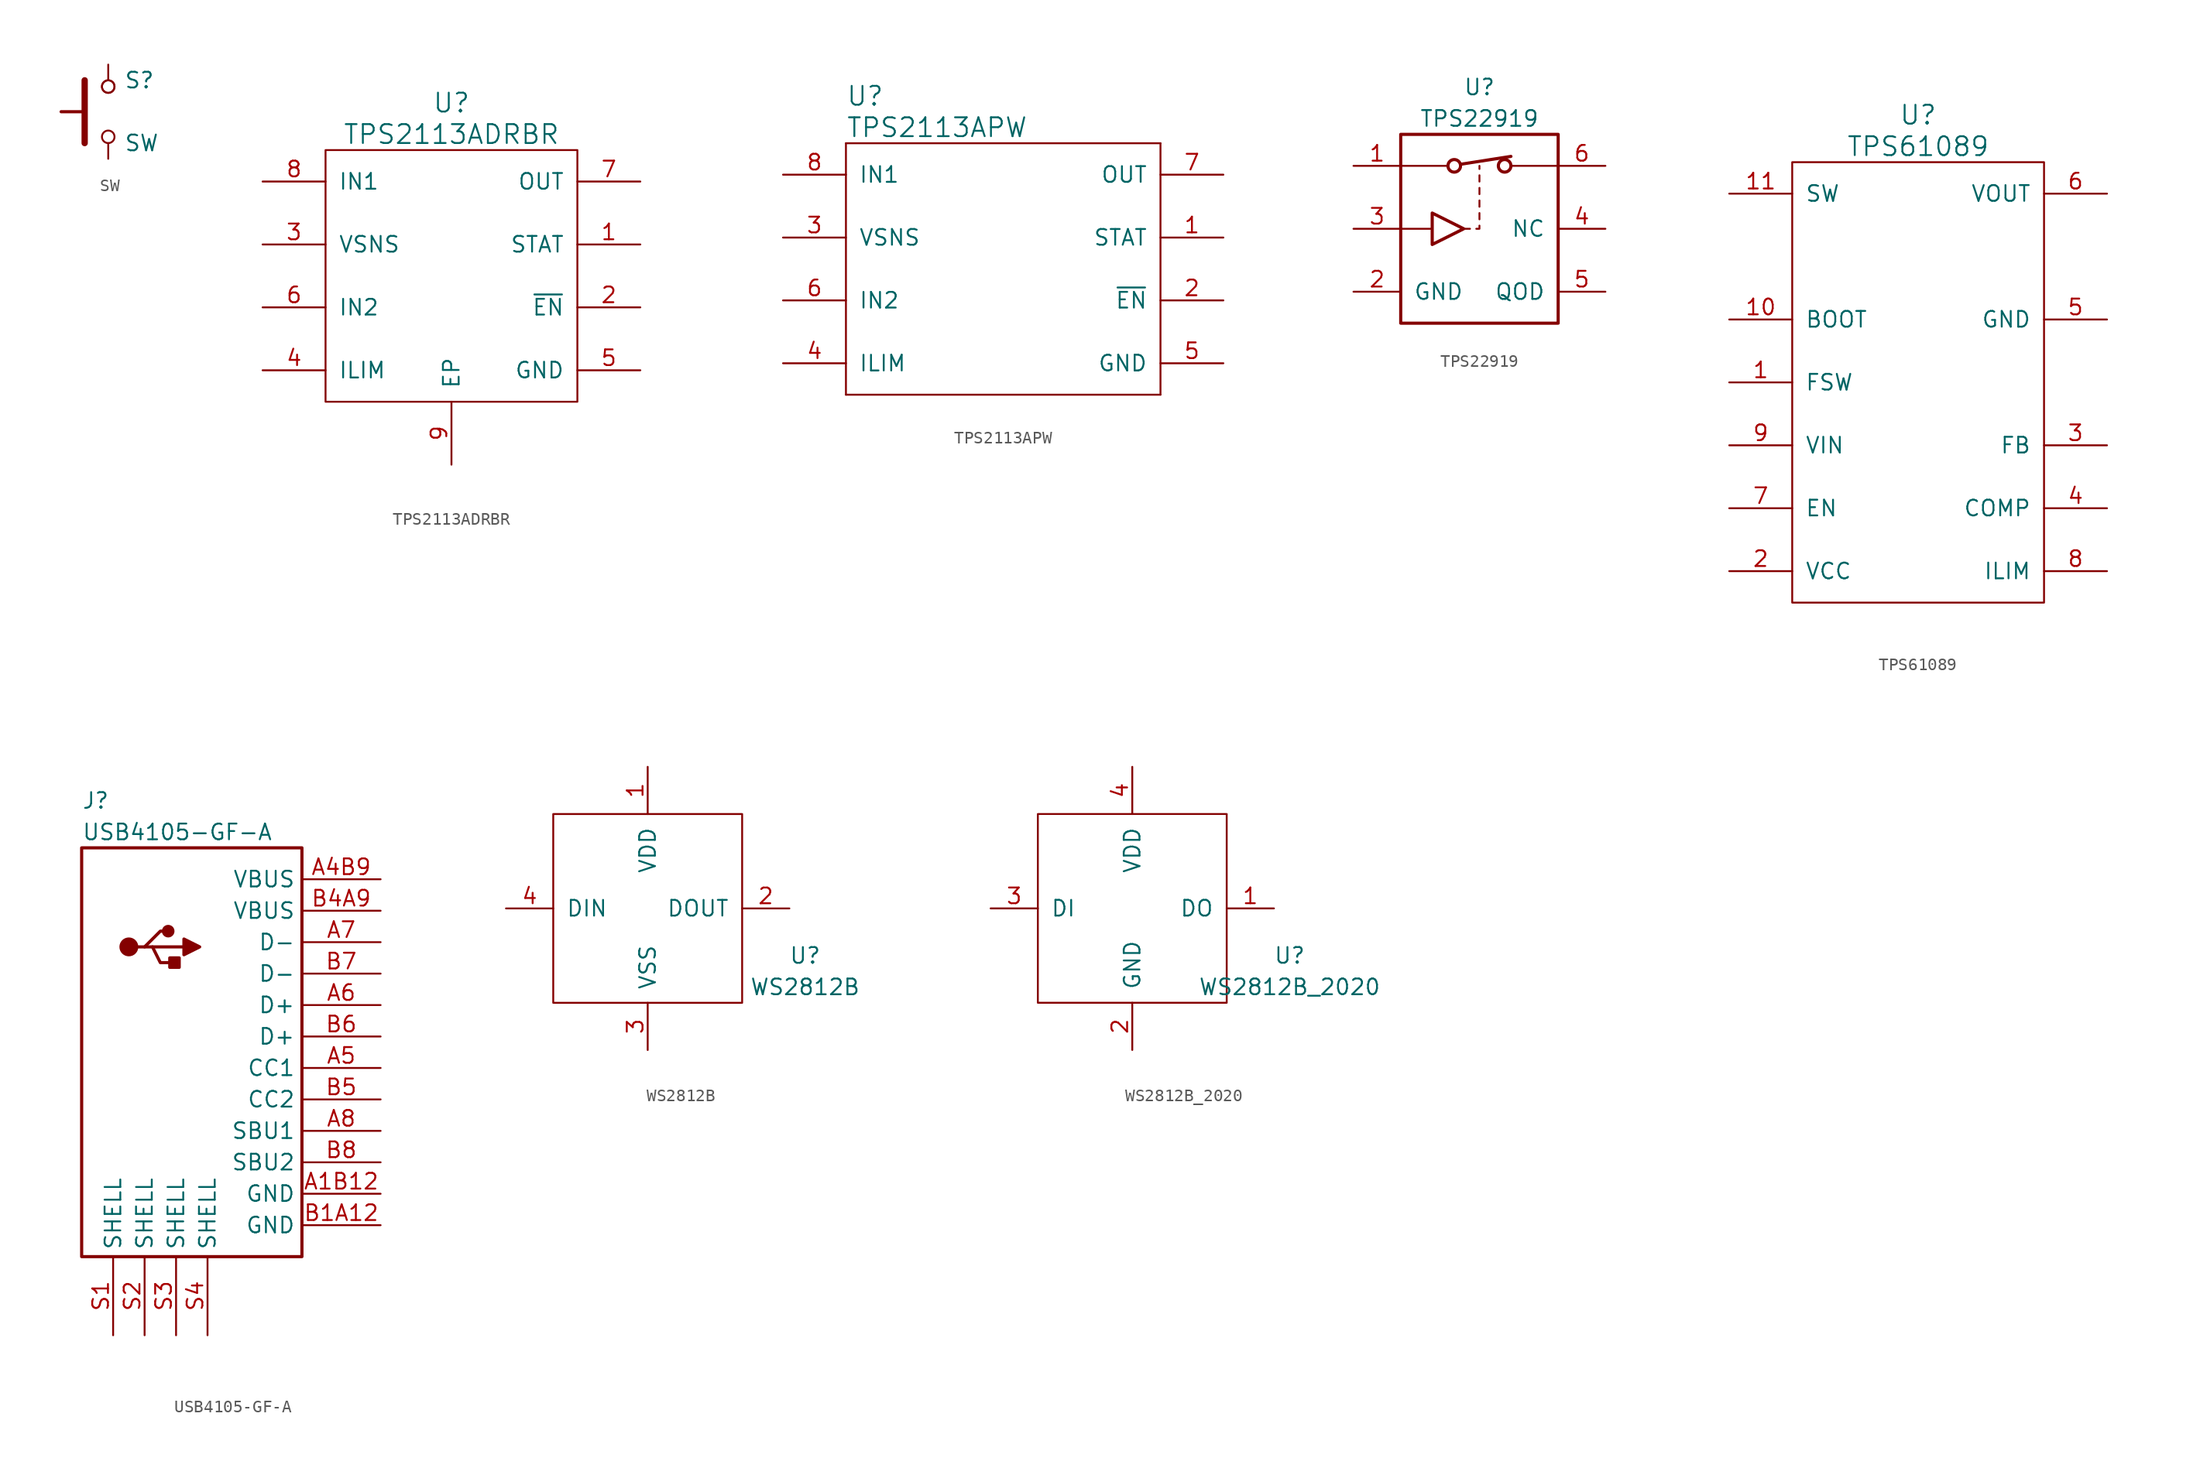
<source format=kicad_sym>
(kicad_symbol_lib
  (version 20211014)
  (generator kicad_symbol_editor)
  (symbol "SW"
    (pin_numbers hide)
    (pin_names
      (offset 1.016) hide)
    (property "Reference" "S"
      (at 1.27 2.54 0)
      (effects (font (size 1.27 1.27)) (justify left)))
    (property "Value" "SW"
      (at 1.27 -2.54 0)
      (effects (font (size 1.27 1.27)) (justify left)))
    (symbol "SW_0_1"
      (circle (center 0 -2.032) (radius 0.508) (stroke (width 0) (type default) (color 0 0 0 0)) (fill (type none)))
      (polyline (pts (xy -1.905 -2.54) (xy -1.905 2.54)) (stroke (width 0.508) (type default) (color 0 0 0 0)) (fill (type none)))
      (polyline (pts (xy -1.905 0) (xy -3.81 0)) (stroke (width 0.254) (type default) (color 0 0 0 0)) (fill (type none)))
      (circle (center 0 2.032) (radius 0.508) (stroke (width 0) (type default) (color 0 0 0 0)) (fill (type none)))
      (circle (center 0 2.032) (radius 0.508) (stroke (width 0) (type default) (color 0 0 0 0)) (fill (type none))))
    (symbol "SW_1_1"
      (pin input line (at 0 -3.81 90) (length 1.27) (name "1" (effects (font (size 1.27 1.27)))) (number "1" (effects (font (size 1.27 1.27)))))
      (pin input line (at 0 3.81 270) (length 1.27) (name "2" (effects (font (size 1.27 1.27)))) (number "2" (effects (font (size 1.27 1.27)))))))
  (symbol "TPS2113ADRBR"
    (pin_names
      (offset 1.016))
    (property "Reference" "U"
      (at 0 13.97 0)
      (effects (font (size 1.524 1.524))))
    (property "Value" "TPS2113ADRBR"
      (at 0 11.43 0)
      (effects (font (size 1.524 1.524))))
    (symbol "TPS2113ADRBR_0_1"
      (rectangle (start -10.16 10.16) (end 10.16 -10.16) (stroke (width 0) (type default) (color 0 0 0 0)) (fill (type none))))
    (symbol "TPS2113ADRBR_1_1"
      (pin input line (at 15.24 2.54 180) (length 5.08) (name "STAT" (effects (font (size 1.27 1.27)))) (number "1" (effects (font (size 1.27 1.27)))))
      (pin input line (at 15.24 -2.54 180) (length 5.08) (name "~{EN}" (effects (font (size 1.27 1.27)))) (number "2" (effects (font (size 1.27 1.27)))))
      (pin input line (at -15.24 2.54 0) (length 5.08) (name "VSNS" (effects (font (size 1.27 1.27)))) (number "3" (effects (font (size 1.27 1.27)))))
      (pin input line (at -15.24 -7.62 0) (length 5.08) (name "ILIM" (effects (font (size 1.27 1.27)))) (number "4" (effects (font (size 1.27 1.27)))))
      (pin input line (at 15.24 -7.62 180) (length 5.08) (name "GND" (effects (font (size 1.27 1.27)))) (number "5" (effects (font (size 1.27 1.27)))))
      (pin input line (at -15.24 -2.54 0) (length 5.08) (name "IN2" (effects (font (size 1.27 1.27)))) (number "6" (effects (font (size 1.27 1.27)))))
      (pin input line (at 15.24 7.62 180) (length 5.08) (name "OUT" (effects (font (size 1.27 1.27)))) (number "7" (effects (font (size 1.27 1.27)))))
      (pin input line (at -15.24 7.62 0) (length 5.08) (name "IN1" (effects (font (size 1.27 1.27)))) (number "8" (effects (font (size 1.27 1.27)))))
      (pin input line (at 0 -15.24 90) (length 5.08) (name "EP" (effects (font (size 1.27 1.27)))) (number "9" (effects (font (size 1.27 1.27)))))))
  (symbol "TPS2113APW"
    (pin_names
      (offset 1.016))
    (property "Reference" "U"
      (at -12.7 13.97 0)
      (effects (font (size 1.524 1.524)) (justify left)))
    (property "Value" "TPS2113APW"
      (at -12.7 11.43 0)
      (effects (font (size 1.524 1.524)) (justify left)))
    (symbol "TPS2113APW_0_1"
      (polyline (pts (xy -12.7 -10.16) (xy 12.7 -10.16)) (stroke (width 0) (type default) (color 0 0 0 0)) (fill (type none)))
      (polyline (pts (xy -12.7 10.16) (xy -12.7 -10.16)) (stroke (width 0) (type default) (color 0 0 0 0)) (fill (type none)))
      (polyline (pts (xy 12.7 -10.16) (xy 12.7 10.16)) (stroke (width 0) (type default) (color 0 0 0 0)) (fill (type none)))
      (polyline (pts (xy 12.7 10.16) (xy -12.7 10.16)) (stroke (width 0) (type default) (color 0 0 0 0)) (fill (type none))))
    (symbol "TPS2113APW_1_1"
      (pin passive line (at 17.78 2.54 180) (length 5.08) (name "STAT" (effects (font (size 1.27 1.27)))) (number "1" (effects (font (size 1.27 1.27)))))
      (pin passive line (at 17.78 -2.54 180) (length 5.08) (name "~{EN}" (effects (font (size 1.27 1.27)))) (number "2" (effects (font (size 1.27 1.27)))))
      (pin passive line (at -17.78 2.54 0) (length 5.08) (name "VSNS" (effects (font (size 1.27 1.27)))) (number "3" (effects (font (size 1.27 1.27)))))
      (pin passive line (at -17.78 -7.62 0) (length 5.08) (name "ILIM" (effects (font (size 1.27 1.27)))) (number "4" (effects (font (size 1.27 1.27)))))
      (pin passive line (at 17.78 -7.62 180) (length 5.08) (name "GND" (effects (font (size 1.27 1.27)))) (number "5" (effects (font (size 1.27 1.27)))))
      (pin passive line (at -17.78 -2.54 0) (length 5.08) (name "IN2" (effects (font (size 1.27 1.27)))) (number "6" (effects (font (size 1.27 1.27)))))
      (pin passive line (at 17.78 7.62 180) (length 5.08) (name "OUT" (effects (font (size 1.27 1.27)))) (number "7" (effects (font (size 1.27 1.27)))))
      (pin passive line (at -17.78 7.62 0) (length 5.08) (name "IN1" (effects (font (size 1.27 1.27)))) (number "8" (effects (font (size 1.27 1.27)))))))
  (symbol "TPS22919"
    (pin_names
      (offset 1.016))
    (property "Reference" "U"
      (at 0 11.43 0)
      (effects (font (size 1.27 1.27))))
    (property "Value" "TPS22919"
      (at 0 8.89 0)
      (effects (font (size 1.27 1.27))))
    (symbol "TPS22919_0_1"
      (rectangle (start -6.35 7.62) (end 6.35 -7.62) (stroke (width 0.254) (type default) (color 0 0 0 0)) (fill (type none)))
      (circle (center -2.032 5.08) (radius 0.508) (stroke (width 0.254) (type default) (color 0 0 0 0)) (fill (type none)))
      (polyline (pts (xy -6.35 0) (xy -3.81 0)) (stroke (width 0) (type default) (color 0 0 0 0)) (fill (type none)))
      (polyline (pts (xy -6.35 5.08) (xy -2.54 5.08)) (stroke (width 0) (type default) (color 0 0 0 0)) (fill (type none)))
      (polyline (pts (xy -1.524 5.207) (xy 2.54 5.842)) (stroke (width 0.254) (type default) (color 0 0 0 0)) (fill (type none)))
      (polyline (pts (xy -1.27 0) (xy -0.762 0)) (stroke (width 0) (type default) (color 0 0 0 0)) (fill (type none)))
      (polyline (pts (xy 0 0.762) (xy 0 1.27)) (stroke (width 0) (type default) (color 0 0 0 0)) (fill (type none)))
      (polyline (pts (xy 0 1.778) (xy 0 2.286)) (stroke (width 0) (type default) (color 0 0 0 0)) (fill (type none)))
      (polyline (pts (xy 0 2.794) (xy 0 3.302)) (stroke (width 0) (type default) (color 0 0 0 0)) (fill (type none)))
      (polyline (pts (xy 0 3.81) (xy 0 4.318)) (stroke (width 0) (type default) (color 0 0 0 0)) (fill (type none)))
      (polyline (pts (xy 0 4.826) (xy 0 5.08)) (stroke (width 0) (type default) (color 0 0 0 0)) (fill (type none)))
      (polyline (pts (xy 2.54 5.08) (xy 6.35 5.08)) (stroke (width 0) (type default) (color 0 0 0 0)) (fill (type none)))
      (polyline (pts (xy -0.254 0) (xy 0 0) (xy 0 0.254)) (stroke (width 0) (type default) (color 0 0 0 0)) (fill (type none)))
      (polyline (pts (xy -3.81 0) (xy -3.81 1.27) (xy -1.27 0) (xy -3.81 -1.27) (xy -3.81 0)) (stroke (width 0.254) (type default) (color 0 0 0 0)) (fill (type none)))
      (circle (center 2.032 5.08) (radius 0.508) (stroke (width 0.254) (type default) (color 0 0 0 0)) (fill (type none))))
    (symbol "TPS22919_1_1"
      (pin passive line (at -10.16 5.08 0) (length 3.81) (name "~" (effects (font (size 1.27 1.27)))) (number "1" (effects (font (size 1.27 1.27)))))
      (pin power_in line (at -10.16 -5.08 0) (length 3.81) (name "GND" (effects (font (size 1.27 1.27)))) (number "2" (effects (font (size 1.27 1.27)))))
      (pin input line (at -10.16 0 0) (length 3.81) (name "~" (effects (font (size 1.27 1.27)))) (number "3" (effects (font (size 1.27 1.27)))))
      (pin input line (at 10.16 0 180) (length 3.81) (name "NC" (effects (font (size 1.27 1.27)))) (number "4" (effects (font (size 1.27 1.27)))))
      (pin input line (at 10.16 -5.08 180) (length 3.81) (name "QOD" (effects (font (size 1.27 1.27)))) (number "5" (effects (font (size 1.27 1.27)))))
      (pin passive line (at 10.16 5.08 180) (length 3.81) (name "~" (effects (font (size 1.27 1.27)))) (number "6" (effects (font (size 1.27 1.27)))))))
  (symbol "TPS61089"
    (pin_names
      (offset 1.016))
    (property "Reference" "U"
      (at 0 21.59 0)
      (effects (font (size 1.524 1.524))))
    (property "Value" "TPS61089"
      (at 0 19.05 0)
      (effects (font (size 1.524 1.524))))
    (symbol "TPS61089_0_1"
      (rectangle (start -10.16 17.78) (end 10.16 -17.78) (stroke (width 0) (type default) (color 0 0 0 0)) (fill (type none))))
    (symbol "TPS61089_1_1"
      (pin input line (at -15.24 0 0) (length 5.08) (name "FSW" (effects (font (size 1.27 1.27)))) (number "1" (effects (font (size 1.27 1.27)))))
      (pin input line (at -15.24 5.08 0) (length 5.08) (name "BOOT" (effects (font (size 1.27 1.27)))) (number "10" (effects (font (size 1.27 1.27)))))
      (pin input line (at -15.24 15.24 0) (length 5.08) (name "SW" (effects (font (size 1.27 1.27)))) (number "11" (effects (font (size 1.27 1.27)))))
      (pin input line (at -15.24 -15.24 0) (length 5.08) (name "VCC" (effects (font (size 1.27 1.27)))) (number "2" (effects (font (size 1.27 1.27)))))
      (pin input line (at 15.24 -5.08 180) (length 5.08) (name "FB" (effects (font (size 1.27 1.27)))) (number "3" (effects (font (size 1.27 1.27)))))
      (pin input line (at 15.24 -10.16 180) (length 5.08) (name "COMP" (effects (font (size 1.27 1.27)))) (number "4" (effects (font (size 1.27 1.27)))))
      (pin input line (at 15.24 5.08 180) (length 5.08) (name "GND" (effects (font (size 1.27 1.27)))) (number "5" (effects (font (size 1.27 1.27)))))
      (pin input line (at 15.24 15.24 180) (length 5.08) (name "VOUT" (effects (font (size 1.27 1.27)))) (number "6" (effects (font (size 1.27 1.27)))))
      (pin input line (at -15.24 -10.16 0) (length 5.08) (name "EN" (effects (font (size 1.27 1.27)))) (number "7" (effects (font (size 1.27 1.27)))))
      (pin input line (at 15.24 -15.24 180) (length 5.08) (name "ILIM" (effects (font (size 1.27 1.27)))) (number "8" (effects (font (size 1.27 1.27)))))
      (pin input line (at -15.24 -5.08 0) (length 5.08) (name "VIN" (effects (font (size 1.27 1.27)))) (number "9" (effects (font (size 1.27 1.27)))))))
  (symbol "USB4105-GF-A"
    (property "Reference" "J"
      (at -8.89 20.32 0)
      (effects (font (size 1.27 1.27)) (justify left)))
    (property "Value" "USB4105-GF-A"
      (at -8.89 17.78 0)
      (effects (font (size 1.27 1.27)) (justify left)))
    (symbol "USB4105-GF-A_0_1"
      (rectangle (start -8.89 16.51) (end 8.89 -16.51) (stroke (width 0.254) (type default) (color 0 0 0 0)) (fill (type none)))
      (circle (center -5.08 8.509) (radius 0.635) (stroke (width 0.254) (type default) (color 0 0 0 0)) (fill (type outline)))
      (circle (center -1.905 9.779) (radius 0.381) (stroke (width 0.254) (type default) (color 0 0 0 0)) (fill (type outline)))
      (rectangle (start -1.016 7.62) (end -1.778 6.858) (stroke (width 0.254) (type default) (color 0 0 0 0)) (fill (type outline)))
      (polyline (pts (xy -3.175 8.509) (xy -0.635 8.509)) (stroke (width 0.254) (type default) (color 0 0 0 0)) (fill (type none)))
      (polyline (pts (xy -4.445 8.509) (xy -3.81 8.509) (xy -2.54 9.779) (xy -1.905 9.779)) (stroke (width 0.254) (type default) (color 0 0 0 0)) (fill (type none)))
      (polyline (pts (xy -3.81 8.509) (xy -3.175 8.509) (xy -2.54 7.239) (xy -1.27 7.239)) (stroke (width 0.254) (type default) (color 0 0 0 0)) (fill (type none)))
      (polyline (pts (xy -0.635 9.144) (xy -0.635 7.874) (xy 0.635 8.509) (xy -0.635 9.144)) (stroke (width 0.254) (type default) (color 0 0 0 0)) (fill (type outline))))
    (symbol "USB4105-GF-A_1_1"
      (pin power_in line (at 15.24 -11.43 180) (length 6.35) (name "GND" (effects (font (size 1.27 1.27)))) (number "A1B12" (effects (font (size 1.27 1.27)))))
      (pin power_in line (at 15.24 13.97 180) (length 6.35) (name "VBUS" (effects (font (size 1.27 1.27)))) (number "A4B9" (effects (font (size 1.27 1.27)))))
      (pin bidirectional line (at 15.24 -1.27 180) (length 6.35) (name "CC1" (effects (font (size 1.27 1.27)))) (number "A5" (effects (font (size 1.27 1.27)))))
      (pin bidirectional line (at 15.24 3.81 180) (length 6.35) (name "D+" (effects (font (size 1.27 1.27)))) (number "A6" (effects (font (size 1.27 1.27)))))
      (pin bidirectional line (at 15.24 8.89 180) (length 6.35) (name "D-" (effects (font (size 1.27 1.27)))) (number "A7" (effects (font (size 1.27 1.27)))))
      (pin bidirectional line (at 15.24 -6.35 180) (length 6.35) (name "SBU1" (effects (font (size 1.27 1.27)))) (number "A8" (effects (font (size 1.27 1.27)))))
      (pin power_in line (at 15.24 -13.97 180) (length 6.35) (name "GND" (effects (font (size 1.27 1.27)))) (number "B1A12" (effects (font (size 1.27 1.27)))))
      (pin power_in line (at 15.24 11.43 180) (length 6.35) (name "VBUS" (effects (font (size 1.27 1.27)))) (number "B4A9" (effects (font (size 1.27 1.27)))))
      (pin bidirectional line (at 15.24 -3.81 180) (length 6.35) (name "CC2" (effects (font (size 1.27 1.27)))) (number "B5" (effects (font (size 1.27 1.27)))))
      (pin bidirectional line (at 15.24 1.27 180) (length 6.35) (name "D+" (effects (font (size 1.27 1.27)))) (number "B6" (effects (font (size 1.27 1.27)))))
      (pin bidirectional line (at 15.24 6.35 180) (length 6.35) (name "D-" (effects (font (size 1.27 1.27)))) (number "B7" (effects (font (size 1.27 1.27)))))
      (pin bidirectional line (at 15.24 -8.89 180) (length 6.35) (name "SBU2" (effects (font (size 1.27 1.27)))) (number "B8" (effects (font (size 1.27 1.27)))))
      (pin power_in line (at -6.35 -22.86 90) (length 6.35) (name "SHELL" (effects (font (size 1.27 1.27)))) (number "S1" (effects (font (size 1.27 1.27)))))
      (pin power_in line (at -3.81 -22.86 90) (length 6.35) (name "SHELL" (effects (font (size 1.27 1.27)))) (number "S2" (effects (font (size 1.27 1.27)))))
      (pin power_in line (at -1.27 -22.86 90) (length 6.35) (name "SHELL" (effects (font (size 1.27 1.27)))) (number "S3" (effects (font (size 1.27 1.27)))))
      (pin power_in line (at 1.27 -22.86 90) (length 6.35) (name "SHELL" (effects (font (size 1.27 1.27)))) (number "S4" (effects (font (size 1.27 1.27)))))))
  (symbol "WS2812B"
    (pin_names
      (offset 1.016))
    (property "Reference" "U"
      (at 12.7 -3.81 0)
      (effects (font (size 1.27 1.27))))
    (property "Value" "WS2812B"
      (at 12.7 -6.35 0)
      (effects (font (size 1.27 1.27))))
    (symbol "WS2812B_0_1"
      (rectangle (start -7.62 7.62) (end 7.62 -7.62) (stroke (width 0) (type default) (color 0 0 0 0)) (fill (type none))))
    (symbol "WS2812B_1_1"
      (pin input line (at 0 11.43 270) (length 3.81) (name "VDD" (effects (font (size 1.27 1.27)))) (number "1" (effects (font (size 1.27 1.27)))))
      (pin input line (at 11.43 0 180) (length 3.81) (name "DOUT" (effects (font (size 1.27 1.27)))) (number "2" (effects (font (size 1.27 1.27)))))
      (pin input line (at 0 -11.43 90) (length 3.81) (name "VSS" (effects (font (size 1.27 1.27)))) (number "3" (effects (font (size 1.27 1.27)))))
      (pin input line (at -11.43 0 0) (length 3.81) (name "DIN" (effects (font (size 1.27 1.27)))) (number "4" (effects (font (size 1.27 1.27)))))))
  (symbol "WS2812B_2020"
    (pin_names
      (offset 1.016))
    (property "Reference" "U"
      (at 12.7 -3.81 0)
      (effects (font (size 1.27 1.27))))
    (property "Value" "WS2812B_2020"
      (at 12.7 -6.35 0)
      (effects (font (size 1.27 1.27))))
    (symbol "WS2812B_2020_0_1"
      (rectangle (start -7.62 7.62) (end 7.62 -7.62) (stroke (width 0) (type default) (color 0 0 0 0)) (fill (type none))))
    (symbol "WS2812B_2020_1_1"
      (pin input line (at 11.43 0 180) (length 3.81) (name "DO" (effects (font (size 1.27 1.27)))) (number "1" (effects (font (size 1.27 1.27)))))
      (pin input line (at 0 -11.43 90) (length 3.81) (name "GND" (effects (font (size 1.27 1.27)))) (number "2" (effects (font (size 1.27 1.27)))))
      (pin input line (at -11.43 0 0) (length 3.81) (name "DI" (effects (font (size 1.27 1.27)))) (number "3" (effects (font (size 1.27 1.27)))))
      (pin input line (at 0 11.43 270) (length 3.81) (name "VDD" (effects (font (size 1.27 1.27)))) (number "4" (effects (font (size 1.27 1.27))))))))
</source>
